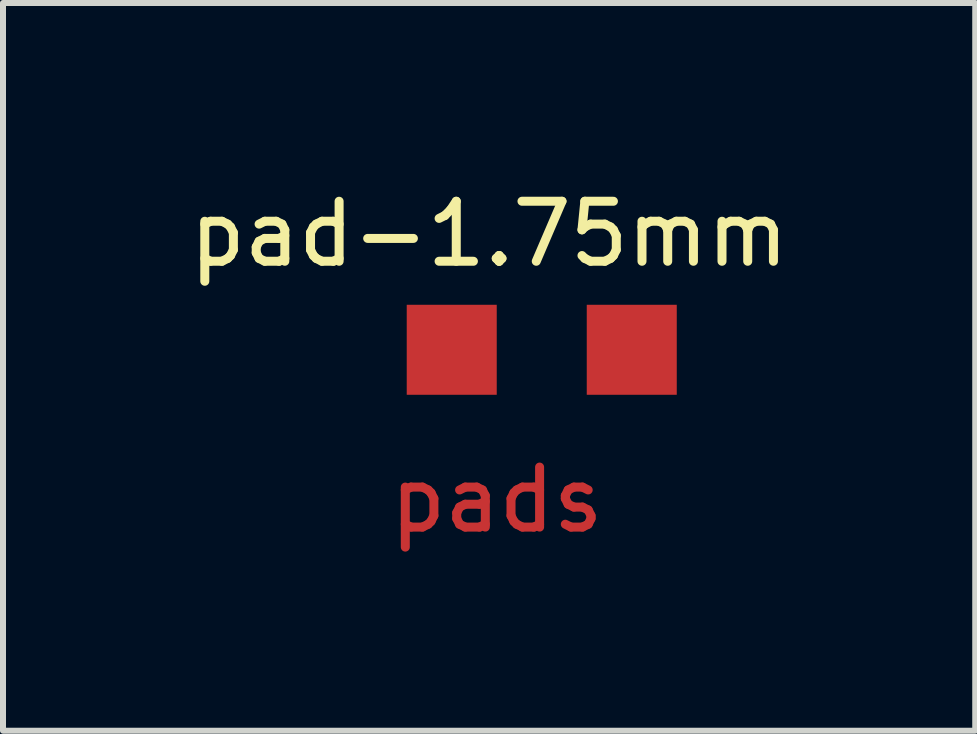
<source format=kicad_pcb>
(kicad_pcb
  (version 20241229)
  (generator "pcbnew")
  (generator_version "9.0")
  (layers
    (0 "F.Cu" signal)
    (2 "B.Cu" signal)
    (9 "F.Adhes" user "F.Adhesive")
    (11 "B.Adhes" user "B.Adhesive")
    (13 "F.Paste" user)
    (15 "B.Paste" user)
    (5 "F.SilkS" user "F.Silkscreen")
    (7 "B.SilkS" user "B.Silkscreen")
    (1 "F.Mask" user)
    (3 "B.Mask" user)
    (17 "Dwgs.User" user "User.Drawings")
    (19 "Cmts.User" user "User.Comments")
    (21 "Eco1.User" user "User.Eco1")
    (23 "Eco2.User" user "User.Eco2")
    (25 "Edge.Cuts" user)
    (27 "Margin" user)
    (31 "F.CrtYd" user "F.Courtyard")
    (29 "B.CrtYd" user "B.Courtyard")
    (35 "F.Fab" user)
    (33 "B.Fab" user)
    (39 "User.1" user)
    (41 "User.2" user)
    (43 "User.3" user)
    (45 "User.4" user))
  (footprint "pad-1.75mm"
    (layer "F.Cu")
    (at 5.228 2.779)
    (property "Reference" "pad-1.75mm" (at -0.127 -1.93 0) (unlocked yes) (layer "F.SilkS") (effects (font (size 1 1) (thickness 0.15))))
    (attr smd)
    (fp_text user "pads" (at 0 2.5 0) (unlocked yes) (layer "F.Cu") (effects (font (size 1 1) (thickness 0.15))))
    (pad "1" smd rect (at 0 0) (size 1.5 1.5) (drill (offset -0.75 0)) (layers "F.Cu" "F.Mask" "F.Paste"))
    (pad "2" smd rect (at 2.75 0) (size 1.5 1.5) (drill (offset -0.5 0)) (layers "F.Cu" "F.Mask" "F.Paste")))
  (gr_rect
    (start -3 -3)
    (end 13.202 9.127)
    (stroke (width 0.1) (type default))
    (fill no)
    (layer "Edge.Cuts")))
</source>
